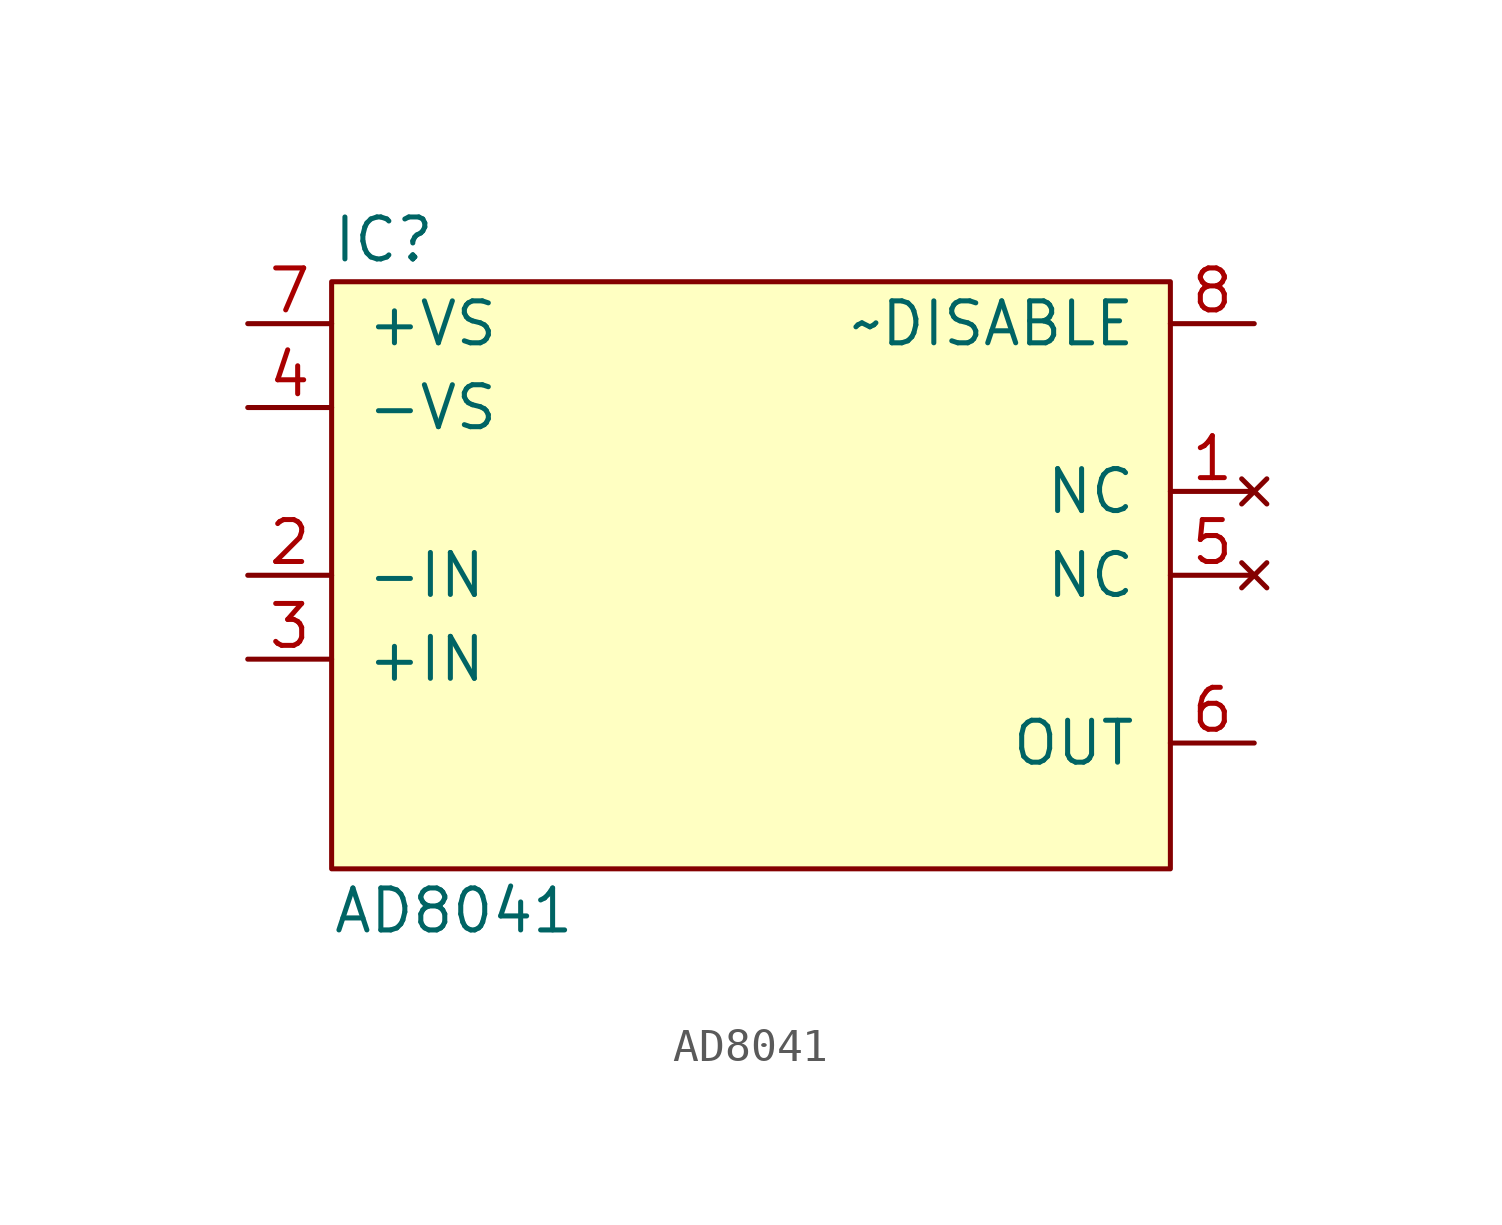
<source format=kicad_sym>
(kicad_symbol_lib
  (version 20211014)
  (generator agg_kicad.build_lib_ic)
  (symbol "AD8041"
    (pin_names
      (offset 1.016))
    (property Reference IC
      (at -12.7 10.16 0)
      (effects (font (size 1.27 1.27)) (justify left)))
    (property Value "AD8041"
      (at -12.7 -10.16 0)
      (effects (font (size 1.27 1.27)) (justify left)))
    (symbol "AD8041_0_0"
      (rectangle (start -12.7 8.89) (end 12.7 -8.89) (stroke (width 0) (type default) (color 0 0 0 0)) (fill (type background)))
      (pin power_in line (at -15.24 7.62 0) (length 2.54) (name "+VS" (effects (font (size 1.27 1.27)))) (number "7" (effects (font (size 1.27 1.27)))))
      (pin power_in line (at -15.24 5.08 0) (length 2.54) (name -VS (effects (font (size 1.27 1.27)))) (number "4" (effects (font (size 1.27 1.27)))))
      (pin input line (at -15.24 0 0) (length 2.54) (name -IN (effects (font (size 1.27 1.27)))) (number "2" (effects (font (size 1.27 1.27)))))
      (pin input line (at -15.24 -2.54 0) (length 2.54) (name "+IN" (effects (font (size 1.27 1.27)))) (number "3" (effects (font (size 1.27 1.27)))))
      (pin input line (at 15.24 7.62 180) (length 2.54) (name "~DISABLE" (effects (font (size 1.27 1.27)))) (number "8" (effects (font (size 1.27 1.27)))))
      (pin no_connect line (at 15.24 2.54 180) (length 2.54) (name NC (effects (font (size 1.27 1.27)))) (number "1" (effects (font (size 1.27 1.27)))))
      (pin no_connect line (at 15.24 0 180) (length 2.54) (name NC (effects (font (size 1.27 1.27)))) (number "5" (effects (font (size 1.27 1.27)))))
      (pin output line (at 15.24 -5.08 180) (length 2.54) (name OUT (effects (font (size 1.27 1.27)))) (number "6" (effects (font (size 1.27 1.27))))))))
</source>
